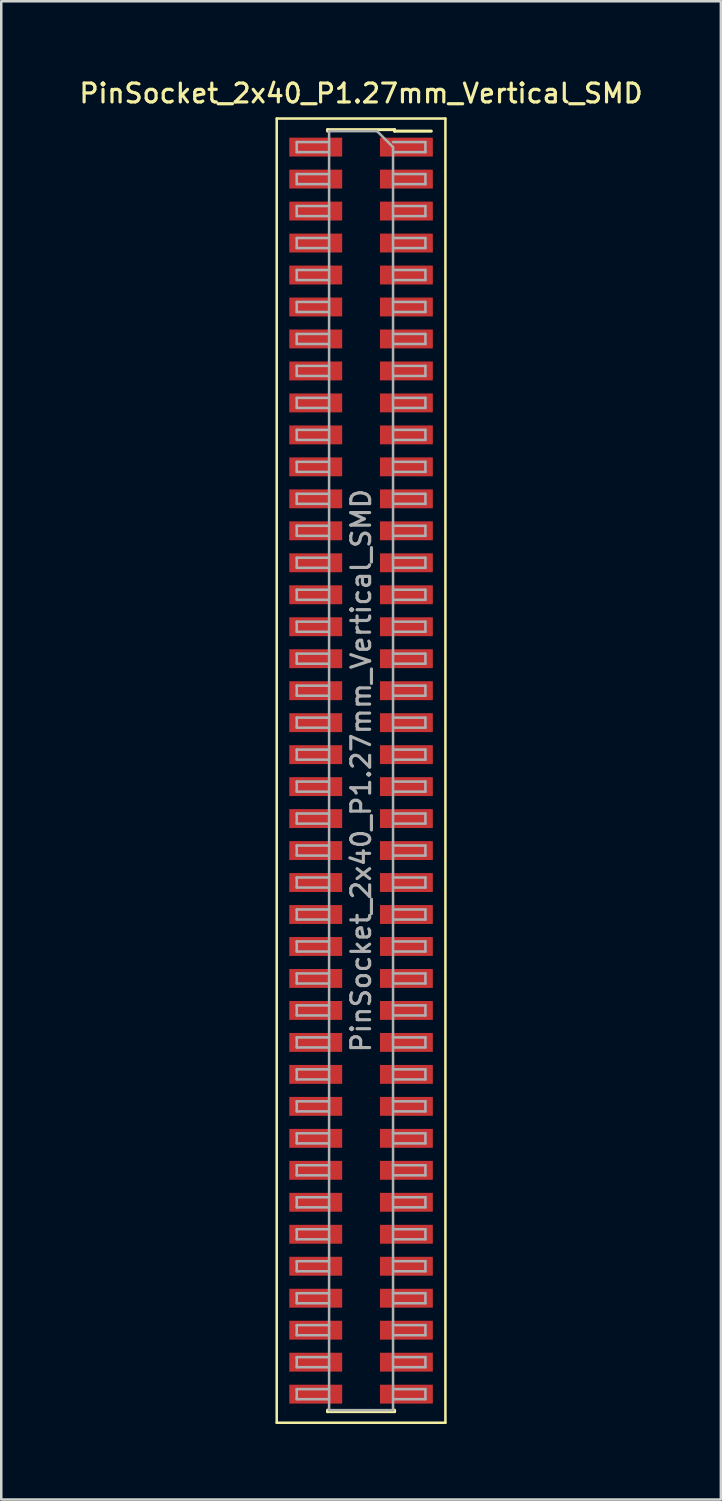
<source format=kicad_pcb>
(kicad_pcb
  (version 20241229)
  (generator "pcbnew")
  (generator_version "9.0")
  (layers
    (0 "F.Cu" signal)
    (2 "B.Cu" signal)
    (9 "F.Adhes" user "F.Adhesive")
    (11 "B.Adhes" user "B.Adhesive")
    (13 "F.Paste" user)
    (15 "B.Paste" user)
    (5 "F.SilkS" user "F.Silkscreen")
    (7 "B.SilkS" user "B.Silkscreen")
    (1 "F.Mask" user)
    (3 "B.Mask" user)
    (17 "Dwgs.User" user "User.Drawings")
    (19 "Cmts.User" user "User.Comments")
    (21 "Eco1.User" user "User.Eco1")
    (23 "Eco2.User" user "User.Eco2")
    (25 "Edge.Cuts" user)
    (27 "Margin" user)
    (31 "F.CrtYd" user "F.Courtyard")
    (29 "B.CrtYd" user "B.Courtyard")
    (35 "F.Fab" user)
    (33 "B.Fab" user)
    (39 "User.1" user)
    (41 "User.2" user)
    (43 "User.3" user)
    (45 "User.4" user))
  (footprint "PinSocket_2x40_P1.27mm_Vertical_SMD"
    (layer "F.Cu")
    (at 11.291 27.558)
    (property "Reference" "PinSocket_2x40_P1.27mm_Vertical_SMD" (at 0 -26.9 0) (layer "F.SilkS") (effects (font (size 0.75 0.75) (thickness 0.125))))
    (attr smd)
    (fp_line (start -3.35 -25.9) (end 3.35 -25.9) (stroke (width 0.1) (type solid)) (layer "F.SilkS"))
    (fp_line (start -3.35 25.9) (end -3.35 -25.9) (stroke (width 0.1) (type solid)) (layer "F.SilkS"))
    (fp_line (start -1.33 -25.46) (end -1.33 -25.4) (stroke (width 0.12) (type solid)) (layer "F.SilkS"))
    (fp_line (start -1.33 -25.46) (end 1.33 -25.46) (stroke (width 0.12) (type solid)) (layer "F.SilkS"))
    (fp_line (start -1.33 25.4) (end -1.33 25.46) (stroke (width 0.12) (type solid)) (layer "F.SilkS"))
    (fp_line (start -1.33 25.46) (end 1.33 25.46) (stroke (width 0.12) (type solid)) (layer "F.SilkS"))
    (fp_line (start 1.33 -25.46) (end 1.33 -25.4) (stroke (width 0.12) (type solid)) (layer "F.SilkS"))
    (fp_line (start 1.33 -25.4) (end 2.79 -25.4) (stroke (width 0.12) (type solid)) (layer "F.SilkS"))
    (fp_line (start 1.33 25.4) (end 1.33 25.46) (stroke (width 0.12) (type solid)) (layer "F.SilkS"))
    (fp_line (start 3.35 -25.9) (end 3.35 25.9) (stroke (width 0.1) (type solid)) (layer "F.SilkS"))
    (fp_line (start 3.35 25.9) (end -3.35 25.9) (stroke (width 0.1) (type solid)) (layer "F.SilkS"))
    (fp_line (start -2.555 -24.965) (end -1.27 -24.965) (stroke (width 0.1) (type solid)) (layer "F.Fab"))
    (fp_line (start -2.555 -24.565) (end -2.555 -24.965) (stroke (width 0.1) (type solid)) (layer "F.Fab"))
    (fp_line (start -2.555 -23.695) (end -1.27 -23.695) (stroke (width 0.1) (type solid)) (layer "F.Fab"))
    (fp_line (start -2.555 -23.295) (end -2.555 -23.695) (stroke (width 0.1) (type solid)) (layer "F.Fab"))
    (fp_line (start -2.555 -22.425) (end -1.27 -22.425) (stroke (width 0.1) (type solid)) (layer "F.Fab"))
    (fp_line (start -2.555 -22.025) (end -2.555 -22.425) (stroke (width 0.1) (type solid)) (layer "F.Fab"))
    (fp_line (start -2.555 -21.155) (end -1.27 -21.155) (stroke (width 0.1) (type solid)) (layer "F.Fab"))
    (fp_line (start -2.555 -20.755) (end -2.555 -21.155) (stroke (width 0.1) (type solid)) (layer "F.Fab"))
    (fp_line (start -2.555 -19.885) (end -1.27 -19.885) (stroke (width 0.1) (type solid)) (layer "F.Fab"))
    (fp_line (start -2.555 -19.485) (end -2.555 -19.885) (stroke (width 0.1) (type solid)) (layer "F.Fab"))
    (fp_line (start -2.555 -18.615) (end -1.27 -18.615) (stroke (width 0.1) (type solid)) (layer "F.Fab"))
    (fp_line (start -2.555 -18.215) (end -2.555 -18.615) (stroke (width 0.1) (type solid)) (layer "F.Fab"))
    (fp_line (start -2.555 -17.345) (end -1.27 -17.345) (stroke (width 0.1) (type solid)) (layer "F.Fab"))
    (fp_line (start -2.555 -16.945) (end -2.555 -17.345) (stroke (width 0.1) (type solid)) (layer "F.Fab"))
    (fp_line (start -2.555 -16.075) (end -1.27 -16.075) (stroke (width 0.1) (type solid)) (layer "F.Fab"))
    (fp_line (start -2.555 -15.675) (end -2.555 -16.075) (stroke (width 0.1) (type solid)) (layer "F.Fab"))
    (fp_line (start -2.555 -14.805) (end -1.27 -14.805) (stroke (width 0.1) (type solid)) (layer "F.Fab"))
    (fp_line (start -2.555 -14.405) (end -2.555 -14.805) (stroke (width 0.1) (type solid)) (layer "F.Fab"))
    (fp_line (start -2.555 -13.535) (end -1.27 -13.535) (stroke (width 0.1) (type solid)) (layer "F.Fab"))
    (fp_line (start -2.555 -13.135) (end -2.555 -13.535) (stroke (width 0.1) (type solid)) (layer "F.Fab"))
    (fp_line (start -2.555 -12.265) (end -1.27 -12.265) (stroke (width 0.1) (type solid)) (layer "F.Fab"))
    (fp_line (start -2.555 -11.865) (end -2.555 -12.265) (stroke (width 0.1) (type solid)) (layer "F.Fab"))
    (fp_line (start -2.555 -10.995) (end -1.27 -10.995) (stroke (width 0.1) (type solid)) (layer "F.Fab"))
    (fp_line (start -2.555 -10.595) (end -2.555 -10.995) (stroke (width 0.1) (type solid)) (layer "F.Fab"))
    (fp_line (start -2.555 -9.725) (end -1.27 -9.725) (stroke (width 0.1) (type solid)) (layer "F.Fab"))
    (fp_line (start -2.555 -9.325) (end -2.555 -9.725) (stroke (width 0.1) (type solid)) (layer "F.Fab"))
    (fp_line (start -2.555 -8.455) (end -1.27 -8.455) (stroke (width 0.1) (type solid)) (layer "F.Fab"))
    (fp_line (start -2.555 -8.055) (end -2.555 -8.455) (stroke (width 0.1) (type solid)) (layer "F.Fab"))
    (fp_line (start -2.555 -7.185) (end -1.27 -7.185) (stroke (width 0.1) (type solid)) (layer "F.Fab"))
    (fp_line (start -2.555 -6.785) (end -2.555 -7.185) (stroke (width 0.1) (type solid)) (layer "F.Fab"))
    (fp_line (start -2.555 -5.915) (end -1.27 -5.915) (stroke (width 0.1) (type solid)) (layer "F.Fab"))
    (fp_line (start -2.555 -5.515) (end -2.555 -5.915) (stroke (width 0.1) (type solid)) (layer "F.Fab"))
    (fp_line (start -2.555 -4.645) (end -1.27 -4.645) (stroke (width 0.1) (type solid)) (layer "F.Fab"))
    (fp_line (start -2.555 -4.245) (end -2.555 -4.645) (stroke (width 0.1) (type solid)) (layer "F.Fab"))
    (fp_line (start -2.555 -3.375) (end -1.27 -3.375) (stroke (width 0.1) (type solid)) (layer "F.Fab"))
    (fp_line (start -2.555 -2.975) (end -2.555 -3.375) (stroke (width 0.1) (type solid)) (layer "F.Fab"))
    (fp_line (start -2.555 -2.105) (end -1.27 -2.105) (stroke (width 0.1) (type solid)) (layer "F.Fab"))
    (fp_line (start -2.555 -1.705) (end -2.555 -2.105) (stroke (width 0.1) (type solid)) (layer "F.Fab"))
    (fp_line (start -2.555 -0.835) (end -1.27 -0.835) (stroke (width 0.1) (type solid)) (layer "F.Fab"))
    (fp_line (start -2.555 -0.435) (end -2.555 -0.835) (stroke (width 0.1) (type solid)) (layer "F.Fab"))
    (fp_line (start -2.555 0.435) (end -1.27 0.435) (stroke (width 0.1) (type solid)) (layer "F.Fab"))
    (fp_line (start -2.555 0.835) (end -2.555 0.435) (stroke (width 0.1) (type solid)) (layer "F.Fab"))
    (fp_line (start -2.555 1.705) (end -1.27 1.705) (stroke (width 0.1) (type solid)) (layer "F.Fab"))
    (fp_line (start -2.555 2.105) (end -2.555 1.705) (stroke (width 0.1) (type solid)) (layer "F.Fab"))
    (fp_line (start -2.555 2.975) (end -1.27 2.975) (stroke (width 0.1) (type solid)) (layer "F.Fab"))
    (fp_line (start -2.555 3.375) (end -2.555 2.975) (stroke (width 0.1) (type solid)) (layer "F.Fab"))
    (fp_line (start -2.555 4.245) (end -1.27 4.245) (stroke (width 0.1) (type solid)) (layer "F.Fab"))
    (fp_line (start -2.555 4.645) (end -2.555 4.245) (stroke (width 0.1) (type solid)) (layer "F.Fab"))
    (fp_line (start -2.555 5.515) (end -1.27 5.515) (stroke (width 0.1) (type solid)) (layer "F.Fab"))
    (fp_line (start -2.555 5.915) (end -2.555 5.515) (stroke (width 0.1) (type solid)) (layer "F.Fab"))
    (fp_line (start -2.555 6.785) (end -1.27 6.785) (stroke (width 0.1) (type solid)) (layer "F.Fab"))
    (fp_line (start -2.555 7.185) (end -2.555 6.785) (stroke (width 0.1) (type solid)) (layer "F.Fab"))
    (fp_line (start -2.555 8.055) (end -1.27 8.055) (stroke (width 0.1) (type solid)) (layer "F.Fab"))
    (fp_line (start -2.555 8.455) (end -2.555 8.055) (stroke (width 0.1) (type solid)) (layer "F.Fab"))
    (fp_line (start -2.555 9.325) (end -1.27 9.325) (stroke (width 0.1) (type solid)) (layer "F.Fab"))
    (fp_line (start -2.555 9.725) (end -2.555 9.325) (stroke (width 0.1) (type solid)) (layer "F.Fab"))
    (fp_line (start -2.555 10.595) (end -1.27 10.595) (stroke (width 0.1) (type solid)) (layer "F.Fab"))
    (fp_line (start -2.555 10.995) (end -2.555 10.595) (stroke (width 0.1) (type solid)) (layer "F.Fab"))
    (fp_line (start -2.555 11.865) (end -1.27 11.865) (stroke (width 0.1) (type solid)) (layer "F.Fab"))
    (fp_line (start -2.555 12.265) (end -2.555 11.865) (stroke (width 0.1) (type solid)) (layer "F.Fab"))
    (fp_line (start -2.555 13.135) (end -1.27 13.135) (stroke (width 0.1) (type solid)) (layer "F.Fab"))
    (fp_line (start -2.555 13.535) (end -2.555 13.135) (stroke (width 0.1) (type solid)) (layer "F.Fab"))
    (fp_line (start -2.555 14.405) (end -1.27 14.405) (stroke (width 0.1) (type solid)) (layer "F.Fab"))
    (fp_line (start -2.555 14.805) (end -2.555 14.405) (stroke (width 0.1) (type solid)) (layer "F.Fab"))
    (fp_line (start -2.555 15.675) (end -1.27 15.675) (stroke (width 0.1) (type solid)) (layer "F.Fab"))
    (fp_line (start -2.555 16.075) (end -2.555 15.675) (stroke (width 0.1) (type solid)) (layer "F.Fab"))
    (fp_line (start -2.555 16.945) (end -1.27 16.945) (stroke (width 0.1) (type solid)) (layer "F.Fab"))
    (fp_line (start -2.555 17.345) (end -2.555 16.945) (stroke (width 0.1) (type solid)) (layer "F.Fab"))
    (fp_line (start -2.555 18.215) (end -1.27 18.215) (stroke (width 0.1) (type solid)) (layer "F.Fab"))
    (fp_line (start -2.555 18.615) (end -2.555 18.215) (stroke (width 0.1) (type solid)) (layer "F.Fab"))
    (fp_line (start -2.555 19.485) (end -1.27 19.485) (stroke (width 0.1) (type solid)) (layer "F.Fab"))
    (fp_line (start -2.555 19.885) (end -2.555 19.485) (stroke (width 0.1) (type solid)) (layer "F.Fab"))
    (fp_line (start -2.555 20.755) (end -1.27 20.755) (stroke (width 0.1) (type solid)) (layer "F.Fab"))
    (fp_line (start -2.555 21.155) (end -2.555 20.755) (stroke (width 0.1) (type solid)) (layer "F.Fab"))
    (fp_line (start -2.555 22.025) (end -1.27 22.025) (stroke (width 0.1) (type solid)) (layer "F.Fab"))
    (fp_line (start -2.555 22.425) (end -2.555 22.025) (stroke (width 0.1) (type solid)) (layer "F.Fab"))
    (fp_line (start -2.555 23.295) (end -1.27 23.295) (stroke (width 0.1) (type solid)) (layer "F.Fab"))
    (fp_line (start -2.555 23.695) (end -2.555 23.295) (stroke (width 0.1) (type solid)) (layer "F.Fab"))
    (fp_line (start -2.555 24.565) (end -1.27 24.565) (stroke (width 0.1) (type solid)) (layer "F.Fab"))
    (fp_line (start -2.555 24.965) (end -2.555 24.565) (stroke (width 0.1) (type solid)) (layer "F.Fab"))
    (fp_line (start -1.27 -25.4) (end 0.635 -25.4) (stroke (width 0.1) (type solid)) (layer "F.Fab"))
    (fp_line (start -1.27 -24.565) (end -2.555 -24.565) (stroke (width 0.1) (type solid)) (layer "F.Fab"))
    (fp_line (start -1.27 -23.295) (end -2.555 -23.295) (stroke (width 0.1) (type solid)) (layer "F.Fab"))
    (fp_line (start -1.27 -22.025) (end -2.555 -22.025) (stroke (width 0.1) (type solid)) (layer "F.Fab"))
    (fp_line (start -1.27 -20.755) (end -2.555 -20.755) (stroke (width 0.1) (type solid)) (layer "F.Fab"))
    (fp_line (start -1.27 -19.485) (end -2.555 -19.485) (stroke (width 0.1) (type solid)) (layer "F.Fab"))
    (fp_line (start -1.27 -18.215) (end -2.555 -18.215) (stroke (width 0.1) (type solid)) (layer "F.Fab"))
    (fp_line (start -1.27 -16.945) (end -2.555 -16.945) (stroke (width 0.1) (type solid)) (layer "F.Fab"))
    (fp_line (start -1.27 -15.675) (end -2.555 -15.675) (stroke (width 0.1) (type solid)) (layer "F.Fab"))
    (fp_line (start -1.27 -14.405) (end -2.555 -14.405) (stroke (width 0.1) (type solid)) (layer "F.Fab"))
    (fp_line (start -1.27 -13.135) (end -2.555 -13.135) (stroke (width 0.1) (type solid)) (layer "F.Fab"))
    (fp_line (start -1.27 -11.865) (end -2.555 -11.865) (stroke (width 0.1) (type solid)) (layer "F.Fab"))
    (fp_line (start -1.27 -10.595) (end -2.555 -10.595) (stroke (width 0.1) (type solid)) (layer "F.Fab"))
    (fp_line (start -1.27 -9.325) (end -2.555 -9.325) (stroke (width 0.1) (type solid)) (layer "F.Fab"))
    (fp_line (start -1.27 -8.055) (end -2.555 -8.055) (stroke (width 0.1) (type solid)) (layer "F.Fab"))
    (fp_line (start -1.27 -6.785) (end -2.555 -6.785) (stroke (width 0.1) (type solid)) (layer "F.Fab"))
    (fp_line (start -1.27 -5.515) (end -2.555 -5.515) (stroke (width 0.1) (type solid)) (layer "F.Fab"))
    (fp_line (start -1.27 -4.245) (end -2.555 -4.245) (stroke (width 0.1) (type solid)) (layer "F.Fab"))
    (fp_line (start -1.27 -2.975) (end -2.555 -2.975) (stroke (width 0.1) (type solid)) (layer "F.Fab"))
    (fp_line (start -1.27 -1.705) (end -2.555 -1.705) (stroke (width 0.1) (type solid)) (layer "F.Fab"))
    (fp_line (start -1.27 -0.435) (end -2.555 -0.435) (stroke (width 0.1) (type solid)) (layer "F.Fab"))
    (fp_line (start -1.27 0.835) (end -2.555 0.835) (stroke (width 0.1) (type solid)) (layer "F.Fab"))
    (fp_line (start -1.27 2.105) (end -2.555 2.105) (stroke (width 0.1) (type solid)) (layer "F.Fab"))
    (fp_line (start -1.27 3.375) (end -2.555 3.375) (stroke (width 0.1) (type solid)) (layer "F.Fab"))
    (fp_line (start -1.27 4.645) (end -2.555 4.645) (stroke (width 0.1) (type solid)) (layer "F.Fab"))
    (fp_line (start -1.27 5.915) (end -2.555 5.915) (stroke (width 0.1) (type solid)) (layer "F.Fab"))
    (fp_line (start -1.27 7.185) (end -2.555 7.185) (stroke (width 0.1) (type solid)) (layer "F.Fab"))
    (fp_line (start -1.27 8.455) (end -2.555 8.455) (stroke (width 0.1) (type solid)) (layer "F.Fab"))
    (fp_line (start -1.27 9.725) (end -2.555 9.725) (stroke (width 0.1) (type solid)) (layer "F.Fab"))
    (fp_line (start -1.27 10.995) (end -2.555 10.995) (stroke (width 0.1) (type solid)) (layer "F.Fab"))
    (fp_line (start -1.27 12.265) (end -2.555 12.265) (stroke (width 0.1) (type solid)) (layer "F.Fab"))
    (fp_line (start -1.27 13.535) (end -2.555 13.535) (stroke (width 0.1) (type solid)) (layer "F.Fab"))
    (fp_line (start -1.27 14.805) (end -2.555 14.805) (stroke (width 0.1) (type solid)) (layer "F.Fab"))
    (fp_line (start -1.27 16.075) (end -2.555 16.075) (stroke (width 0.1) (type solid)) (layer "F.Fab"))
    (fp_line (start -1.27 17.345) (end -2.555 17.345) (stroke (width 0.1) (type solid)) (layer "F.Fab"))
    (fp_line (start -1.27 18.615) (end -2.555 18.615) (stroke (width 0.1) (type solid)) (layer "F.Fab"))
    (fp_line (start -1.27 19.885) (end -2.555 19.885) (stroke (width 0.1) (type solid)) (layer "F.Fab"))
    (fp_line (start -1.27 21.155) (end -2.555 21.155) (stroke (width 0.1) (type solid)) (layer "F.Fab"))
    (fp_line (start -1.27 22.425) (end -2.555 22.425) (stroke (width 0.1) (type solid)) (layer "F.Fab"))
    (fp_line (start -1.27 23.695) (end -2.555 23.695) (stroke (width 0.1) (type solid)) (layer "F.Fab"))
    (fp_line (start -1.27 24.965) (end -2.555 24.965) (stroke (width 0.1) (type solid)) (layer "F.Fab"))
    (fp_line (start -1.27 25.4) (end -1.27 -25.4) (stroke (width 0.1) (type solid)) (layer "F.Fab"))
    (fp_line (start 0.635 -25.4) (end 1.27 -24.765) (stroke (width 0.1) (type solid)) (layer "F.Fab"))
    (fp_line (start 1.27 -24.965) (end 2.555 -24.965) (stroke (width 0.1) (type solid)) (layer "F.Fab"))
    (fp_line (start 1.27 -24.765) (end 1.27 25.4) (stroke (width 0.1) (type solid)) (layer "F.Fab"))
    (fp_line (start 1.27 -23.695) (end 2.555 -23.695) (stroke (width 0.1) (type solid)) (layer "F.Fab"))
    (fp_line (start 1.27 -22.425) (end 2.555 -22.425) (stroke (width 0.1) (type solid)) (layer "F.Fab"))
    (fp_line (start 1.27 -21.155) (end 2.555 -21.155) (stroke (width 0.1) (type solid)) (layer "F.Fab"))
    (fp_line (start 1.27 -19.885) (end 2.555 -19.885) (stroke (width 0.1) (type solid)) (layer "F.Fab"))
    (fp_line (start 1.27 -18.615) (end 2.555 -18.615) (stroke (width 0.1) (type solid)) (layer "F.Fab"))
    (fp_line (start 1.27 -17.345) (end 2.555 -17.345) (stroke (width 0.1) (type solid)) (layer "F.Fab"))
    (fp_line (start 1.27 -16.075) (end 2.555 -16.075) (stroke (width 0.1) (type solid)) (layer "F.Fab"))
    (fp_line (start 1.27 -14.805) (end 2.555 -14.805) (stroke (width 0.1) (type solid)) (layer "F.Fab"))
    (fp_line (start 1.27 -13.535) (end 2.555 -13.535) (stroke (width 0.1) (type solid)) (layer "F.Fab"))
    (fp_line (start 1.27 -12.265) (end 2.555 -12.265) (stroke (width 0.1) (type solid)) (layer "F.Fab"))
    (fp_line (start 1.27 -10.995) (end 2.555 -10.995) (stroke (width 0.1) (type solid)) (layer "F.Fab"))
    (fp_line (start 1.27 -9.725) (end 2.555 -9.725) (stroke (width 0.1) (type solid)) (layer "F.Fab"))
    (fp_line (start 1.27 -8.455) (end 2.555 -8.455) (stroke (width 0.1) (type solid)) (layer "F.Fab"))
    (fp_line (start 1.27 -7.185) (end 2.555 -7.185) (stroke (width 0.1) (type solid)) (layer "F.Fab"))
    (fp_line (start 1.27 -5.915) (end 2.555 -5.915) (stroke (width 0.1) (type solid)) (layer "F.Fab"))
    (fp_line (start 1.27 -4.645) (end 2.555 -4.645) (stroke (width 0.1) (type solid)) (layer "F.Fab"))
    (fp_line (start 1.27 -3.375) (end 2.555 -3.375) (stroke (width 0.1) (type solid)) (layer "F.Fab"))
    (fp_line (start 1.27 -2.105) (end 2.555 -2.105) (stroke (width 0.1) (type solid)) (layer "F.Fab"))
    (fp_line (start 1.27 -0.835) (end 2.555 -0.835) (stroke (width 0.1) (type solid)) (layer "F.Fab"))
    (fp_line (start 1.27 0.435) (end 2.555 0.435) (stroke (width 0.1) (type solid)) (layer "F.Fab"))
    (fp_line (start 1.27 1.705) (end 2.555 1.705) (stroke (width 0.1) (type solid)) (layer "F.Fab"))
    (fp_line (start 1.27 2.975) (end 2.555 2.975) (stroke (width 0.1) (type solid)) (layer "F.Fab"))
    (fp_line (start 1.27 4.245) (end 2.555 4.245) (stroke (width 0.1) (type solid)) (layer "F.Fab"))
    (fp_line (start 1.27 5.515) (end 2.555 5.515) (stroke (width 0.1) (type solid)) (layer "F.Fab"))
    (fp_line (start 1.27 6.785) (end 2.555 6.785) (stroke (width 0.1) (type solid)) (layer "F.Fab"))
    (fp_line (start 1.27 8.055) (end 2.555 8.055) (stroke (width 0.1) (type solid)) (layer "F.Fab"))
    (fp_line (start 1.27 9.325) (end 2.555 9.325) (stroke (width 0.1) (type solid)) (layer "F.Fab"))
    (fp_line (start 1.27 10.595) (end 2.555 10.595) (stroke (width 0.1) (type solid)) (layer "F.Fab"))
    (fp_line (start 1.27 11.865) (end 2.555 11.865) (stroke (width 0.1) (type solid)) (layer "F.Fab"))
    (fp_line (start 1.27 13.135) (end 2.555 13.135) (stroke (width 0.1) (type solid)) (layer "F.Fab"))
    (fp_line (start 1.27 14.405) (end 2.555 14.405) (stroke (width 0.1) (type solid)) (layer "F.Fab"))
    (fp_line (start 1.27 15.675) (end 2.555 15.675) (stroke (width 0.1) (type solid)) (layer "F.Fab"))
    (fp_line (start 1.27 16.945) (end 2.555 16.945) (stroke (width 0.1) (type solid)) (layer "F.Fab"))
    (fp_line (start 1.27 18.215) (end 2.555 18.215) (stroke (width 0.1) (type solid)) (layer "F.Fab"))
    (fp_line (start 1.27 19.485) (end 2.555 19.485) (stroke (width 0.1) (type solid)) (layer "F.Fab"))
    (fp_line (start 1.27 20.755) (end 2.555 20.755) (stroke (width 0.1) (type solid)) (layer "F.Fab"))
    (fp_line (start 1.27 22.025) (end 2.555 22.025) (stroke (width 0.1) (type solid)) (layer "F.Fab"))
    (fp_line (start 1.27 23.295) (end 2.555 23.295) (stroke (width 0.1) (type solid)) (layer "F.Fab"))
    (fp_line (start 1.27 24.565) (end 2.555 24.565) (stroke (width 0.1) (type solid)) (layer "F.Fab"))
    (fp_line (start 1.27 25.4) (end -1.27 25.4) (stroke (width 0.1) (type solid)) (layer "F.Fab"))
    (fp_line (start 2.555 -24.965) (end 2.555 -24.565) (stroke (width 0.1) (type solid)) (layer "F.Fab"))
    (fp_line (start 2.555 -24.565) (end 1.27 -24.565) (stroke (width 0.1) (type solid)) (layer "F.Fab"))
    (fp_line (start 2.555 -23.695) (end 2.555 -23.295) (stroke (width 0.1) (type solid)) (layer "F.Fab"))
    (fp_line (start 2.555 -23.295) (end 1.27 -23.295) (stroke (width 0.1) (type solid)) (layer "F.Fab"))
    (fp_line (start 2.555 -22.425) (end 2.555 -22.025) (stroke (width 0.1) (type solid)) (layer "F.Fab"))
    (fp_line (start 2.555 -22.025) (end 1.27 -22.025) (stroke (width 0.1) (type solid)) (layer "F.Fab"))
    (fp_line (start 2.555 -21.155) (end 2.555 -20.755) (stroke (width 0.1) (type solid)) (layer "F.Fab"))
    (fp_line (start 2.555 -20.755) (end 1.27 -20.755) (stroke (width 0.1) (type solid)) (layer "F.Fab"))
    (fp_line (start 2.555 -19.885) (end 2.555 -19.485) (stroke (width 0.1) (type solid)) (layer "F.Fab"))
    (fp_line (start 2.555 -19.485) (end 1.27 -19.485) (stroke (width 0.1) (type solid)) (layer "F.Fab"))
    (fp_line (start 2.555 -18.615) (end 2.555 -18.215) (stroke (width 0.1) (type solid)) (layer "F.Fab"))
    (fp_line (start 2.555 -18.215) (end 1.27 -18.215) (stroke (width 0.1) (type solid)) (layer "F.Fab"))
    (fp_line (start 2.555 -17.345) (end 2.555 -16.945) (stroke (width 0.1) (type solid)) (layer "F.Fab"))
    (fp_line (start 2.555 -16.945) (end 1.27 -16.945) (stroke (width 0.1) (type solid)) (layer "F.Fab"))
    (fp_line (start 2.555 -16.075) (end 2.555 -15.675) (stroke (width 0.1) (type solid)) (layer "F.Fab"))
    (fp_line (start 2.555 -15.675) (end 1.27 -15.675) (stroke (width 0.1) (type solid)) (layer "F.Fab"))
    (fp_line (start 2.555 -14.805) (end 2.555 -14.405) (stroke (width 0.1) (type solid)) (layer "F.Fab"))
    (fp_line (start 2.555 -14.405) (end 1.27 -14.405) (stroke (width 0.1) (type solid)) (layer "F.Fab"))
    (fp_line (start 2.555 -13.535) (end 2.555 -13.135) (stroke (width 0.1) (type solid)) (layer "F.Fab"))
    (fp_line (start 2.555 -13.135) (end 1.27 -13.135) (stroke (width 0.1) (type solid)) (layer "F.Fab"))
    (fp_line (start 2.555 -12.265) (end 2.555 -11.865) (stroke (width 0.1) (type solid)) (layer "F.Fab"))
    (fp_line (start 2.555 -11.865) (end 1.27 -11.865) (stroke (width 0.1) (type solid)) (layer "F.Fab"))
    (fp_line (start 2.555 -10.995) (end 2.555 -10.595) (stroke (width 0.1) (type solid)) (layer "F.Fab"))
    (fp_line (start 2.555 -10.595) (end 1.27 -10.595) (stroke (width 0.1) (type solid)) (layer "F.Fab"))
    (fp_line (start 2.555 -9.725) (end 2.555 -9.325) (stroke (width 0.1) (type solid)) (layer "F.Fab"))
    (fp_line (start 2.555 -9.325) (end 1.27 -9.325) (stroke (width 0.1) (type solid)) (layer "F.Fab"))
    (fp_line (start 2.555 -8.455) (end 2.555 -8.055) (stroke (width 0.1) (type solid)) (layer "F.Fab"))
    (fp_line (start 2.555 -8.055) (end 1.27 -8.055) (stroke (width 0.1) (type solid)) (layer "F.Fab"))
    (fp_line (start 2.555 -7.185) (end 2.555 -6.785) (stroke (width 0.1) (type solid)) (layer "F.Fab"))
    (fp_line (start 2.555 -6.785) (end 1.27 -6.785) (stroke (width 0.1) (type solid)) (layer "F.Fab"))
    (fp_line (start 2.555 -5.915) (end 2.555 -5.515) (stroke (width 0.1) (type solid)) (layer "F.Fab"))
    (fp_line (start 2.555 -5.515) (end 1.27 -5.515) (stroke (width 0.1) (type solid)) (layer "F.Fab"))
    (fp_line (start 2.555 -4.645) (end 2.555 -4.245) (stroke (width 0.1) (type solid)) (layer "F.Fab"))
    (fp_line (start 2.555 -4.245) (end 1.27 -4.245) (stroke (width 0.1) (type solid)) (layer "F.Fab"))
    (fp_line (start 2.555 -3.375) (end 2.555 -2.975) (stroke (width 0.1) (type solid)) (layer "F.Fab"))
    (fp_line (start 2.555 -2.975) (end 1.27 -2.975) (stroke (width 0.1) (type solid)) (layer "F.Fab"))
    (fp_line (start 2.555 -2.105) (end 2.555 -1.705) (stroke (width 0.1) (type solid)) (layer "F.Fab"))
    (fp_line (start 2.555 -1.705) (end 1.27 -1.705) (stroke (width 0.1) (type solid)) (layer "F.Fab"))
    (fp_line (start 2.555 -0.835) (end 2.555 -0.435) (stroke (width 0.1) (type solid)) (layer "F.Fab"))
    (fp_line (start 2.555 -0.435) (end 1.27 -0.435) (stroke (width 0.1) (type solid)) (layer "F.Fab"))
    (fp_line (start 2.555 0.435) (end 2.555 0.835) (stroke (width 0.1) (type solid)) (layer "F.Fab"))
    (fp_line (start 2.555 0.835) (end 1.27 0.835) (stroke (width 0.1) (type solid)) (layer "F.Fab"))
    (fp_line (start 2.555 1.705) (end 2.555 2.105) (stroke (width 0.1) (type solid)) (layer "F.Fab"))
    (fp_line (start 2.555 2.105) (end 1.27 2.105) (stroke (width 0.1) (type solid)) (layer "F.Fab"))
    (fp_line (start 2.555 2.975) (end 2.555 3.375) (stroke (width 0.1) (type solid)) (layer "F.Fab"))
    (fp_line (start 2.555 3.375) (end 1.27 3.375) (stroke (width 0.1) (type solid)) (layer "F.Fab"))
    (fp_line (start 2.555 4.245) (end 2.555 4.645) (stroke (width 0.1) (type solid)) (layer "F.Fab"))
    (fp_line (start 2.555 4.645) (end 1.27 4.645) (stroke (width 0.1) (type solid)) (layer "F.Fab"))
    (fp_line (start 2.555 5.515) (end 2.555 5.915) (stroke (width 0.1) (type solid)) (layer "F.Fab"))
    (fp_line (start 2.555 5.915) (end 1.27 5.915) (stroke (width 0.1) (type solid)) (layer "F.Fab"))
    (fp_line (start 2.555 6.785) (end 2.555 7.185) (stroke (width 0.1) (type solid)) (layer "F.Fab"))
    (fp_line (start 2.555 7.185) (end 1.27 7.185) (stroke (width 0.1) (type solid)) (layer "F.Fab"))
    (fp_line (start 2.555 8.055) (end 2.555 8.455) (stroke (width 0.1) (type solid)) (layer "F.Fab"))
    (fp_line (start 2.555 8.455) (end 1.27 8.455) (stroke (width 0.1) (type solid)) (layer "F.Fab"))
    (fp_line (start 2.555 9.325) (end 2.555 9.725) (stroke (width 0.1) (type solid)) (layer "F.Fab"))
    (fp_line (start 2.555 9.725) (end 1.27 9.725) (stroke (width 0.1) (type solid)) (layer "F.Fab"))
    (fp_line (start 2.555 10.595) (end 2.555 10.995) (stroke (width 0.1) (type solid)) (layer "F.Fab"))
    (fp_line (start 2.555 10.995) (end 1.27 10.995) (stroke (width 0.1) (type solid)) (layer "F.Fab"))
    (fp_line (start 2.555 11.865) (end 2.555 12.265) (stroke (width 0.1) (type solid)) (layer "F.Fab"))
    (fp_line (start 2.555 12.265) (end 1.27 12.265) (stroke (width 0.1) (type solid)) (layer "F.Fab"))
    (fp_line (start 2.555 13.135) (end 2.555 13.535) (stroke (width 0.1) (type solid)) (layer "F.Fab"))
    (fp_line (start 2.555 13.535) (end 1.27 13.535) (stroke (width 0.1) (type solid)) (layer "F.Fab"))
    (fp_line (start 2.555 14.405) (end 2.555 14.805) (stroke (width 0.1) (type solid)) (layer "F.Fab"))
    (fp_line (start 2.555 14.805) (end 1.27 14.805) (stroke (width 0.1) (type solid)) (layer "F.Fab"))
    (fp_line (start 2.555 15.675) (end 2.555 16.075) (stroke (width 0.1) (type solid)) (layer "F.Fab"))
    (fp_line (start 2.555 16.075) (end 1.27 16.075) (stroke (width 0.1) (type solid)) (layer "F.Fab"))
    (fp_line (start 2.555 16.945) (end 2.555 17.345) (stroke (width 0.1) (type solid)) (layer "F.Fab"))
    (fp_line (start 2.555 17.345) (end 1.27 17.345) (stroke (width 0.1) (type solid)) (layer "F.Fab"))
    (fp_line (start 2.555 18.215) (end 2.555 18.615) (stroke (width 0.1) (type solid)) (layer "F.Fab"))
    (fp_line (start 2.555 18.615) (end 1.27 18.615) (stroke (width 0.1) (type solid)) (layer "F.Fab"))
    (fp_line (start 2.555 19.485) (end 2.555 19.885) (stroke (width 0.1) (type solid)) (layer "F.Fab"))
    (fp_line (start 2.555 19.885) (end 1.27 19.885) (stroke (width 0.1) (type solid)) (layer "F.Fab"))
    (fp_line (start 2.555 20.755) (end 2.555 21.155) (stroke (width 0.1) (type solid)) (layer "F.Fab"))
    (fp_line (start 2.555 21.155) (end 1.27 21.155) (stroke (width 0.1) (type solid)) (layer "F.Fab"))
    (fp_line (start 2.555 22.025) (end 2.555 22.425) (stroke (width 0.1) (type solid)) (layer "F.Fab"))
    (fp_line (start 2.555 22.425) (end 1.27 22.425) (stroke (width 0.1) (type solid)) (layer "F.Fab"))
    (fp_line (start 2.555 23.295) (end 2.555 23.695) (stroke (width 0.1) (type solid)) (layer "F.Fab"))
    (fp_line (start 2.555 23.695) (end 1.27 23.695) (stroke (width 0.1) (type solid)) (layer "F.Fab"))
    (fp_line (start 2.555 24.565) (end 2.555 24.965) (stroke (width 0.1) (type solid)) (layer "F.Fab"))
    (fp_line (start 2.555 24.965) (end 1.27 24.965) (stroke (width 0.1) (type solid)) (layer "F.Fab"))
    (fp_text user "${REFERENCE}" (at 0 0 90) (layer "F.Fab") (effects (font (size 0.75 0.75) (thickness 0.125))))
    (pad "1" smd rect (at 1.8 -24.765) (size 2.1 0.75) (layers "F.Cu" "F.Mask" "F.Paste"))
    (pad "2" smd rect (at -1.8 -24.765) (size 2.1 0.75) (layers "F.Cu" "F.Mask" "F.Paste"))
    (pad "3" smd rect (at 1.8 -23.495) (size 2.1 0.75) (layers "F.Cu" "F.Mask" "F.Paste"))
    (pad "4" smd rect (at -1.8 -23.495) (size 2.1 0.75) (layers "F.Cu" "F.Mask" "F.Paste"))
    (pad "5" smd rect (at 1.8 -22.225) (size 2.1 0.75) (layers "F.Cu" "F.Mask" "F.Paste"))
    (pad "6" smd rect (at -1.8 -22.225) (size 2.1 0.75) (layers "F.Cu" "F.Mask" "F.Paste"))
    (pad "7" smd rect (at 1.8 -20.955) (size 2.1 0.75) (layers "F.Cu" "F.Mask" "F.Paste"))
    (pad "8" smd rect (at -1.8 -20.955) (size 2.1 0.75) (layers "F.Cu" "F.Mask" "F.Paste"))
    (pad "9" smd rect (at 1.8 -19.685) (size 2.1 0.75) (layers "F.Cu" "F.Mask" "F.Paste"))
    (pad "10" smd rect (at -1.8 -19.685) (size 2.1 0.75) (layers "F.Cu" "F.Mask" "F.Paste"))
    (pad "11" smd rect (at 1.8 -18.415) (size 2.1 0.75) (layers "F.Cu" "F.Mask" "F.Paste"))
    (pad "12" smd rect (at -1.8 -18.415) (size 2.1 0.75) (layers "F.Cu" "F.Mask" "F.Paste"))
    (pad "13" smd rect (at 1.8 -17.145) (size 2.1 0.75) (layers "F.Cu" "F.Mask" "F.Paste"))
    (pad "14" smd rect (at -1.8 -17.145) (size 2.1 0.75) (layers "F.Cu" "F.Mask" "F.Paste"))
    (pad "15" smd rect (at 1.8 -15.875) (size 2.1 0.75) (layers "F.Cu" "F.Mask" "F.Paste"))
    (pad "16" smd rect (at -1.8 -15.875) (size 2.1 0.75) (layers "F.Cu" "F.Mask" "F.Paste"))
    (pad "17" smd rect (at 1.8 -14.605) (size 2.1 0.75) (layers "F.Cu" "F.Mask" "F.Paste"))
    (pad "18" smd rect (at -1.8 -14.605) (size 2.1 0.75) (layers "F.Cu" "F.Mask" "F.Paste"))
    (pad "19" smd rect (at 1.8 -13.335) (size 2.1 0.75) (layers "F.Cu" "F.Mask" "F.Paste"))
    (pad "20" smd rect (at -1.8 -13.335) (size 2.1 0.75) (layers "F.Cu" "F.Mask" "F.Paste"))
    (pad "21" smd rect (at 1.8 -12.065) (size 2.1 0.75) (layers "F.Cu" "F.Mask" "F.Paste"))
    (pad "22" smd rect (at -1.8 -12.065) (size 2.1 0.75) (layers "F.Cu" "F.Mask" "F.Paste"))
    (pad "23" smd rect (at 1.8 -10.795) (size 2.1 0.75) (layers "F.Cu" "F.Mask" "F.Paste"))
    (pad "24" smd rect (at -1.8 -10.795) (size 2.1 0.75) (layers "F.Cu" "F.Mask" "F.Paste"))
    (pad "25" smd rect (at 1.8 -9.525) (size 2.1 0.75) (layers "F.Cu" "F.Mask" "F.Paste"))
    (pad "26" smd rect (at -1.8 -9.525) (size 2.1 0.75) (layers "F.Cu" "F.Mask" "F.Paste"))
    (pad "27" smd rect (at 1.8 -8.255) (size 2.1 0.75) (layers "F.Cu" "F.Mask" "F.Paste"))
    (pad "28" smd rect (at -1.8 -8.255) (size 2.1 0.75) (layers "F.Cu" "F.Mask" "F.Paste"))
    (pad "29" smd rect (at 1.8 -6.985) (size 2.1 0.75) (layers "F.Cu" "F.Mask" "F.Paste"))
    (pad "30" smd rect (at -1.8 -6.985) (size 2.1 0.75) (layers "F.Cu" "F.Mask" "F.Paste"))
    (pad "31" smd rect (at 1.8 -5.715) (size 2.1 0.75) (layers "F.Cu" "F.Mask" "F.Paste"))
    (pad "32" smd rect (at -1.8 -5.715) (size 2.1 0.75) (layers "F.Cu" "F.Mask" "F.Paste"))
    (pad "33" smd rect (at 1.8 -4.445) (size 2.1 0.75) (layers "F.Cu" "F.Mask" "F.Paste"))
    (pad "34" smd rect (at -1.8 -4.445) (size 2.1 0.75) (layers "F.Cu" "F.Mask" "F.Paste"))
    (pad "35" smd rect (at 1.8 -3.175) (size 2.1 0.75) (layers "F.Cu" "F.Mask" "F.Paste"))
    (pad "36" smd rect (at -1.8 -3.175) (size 2.1 0.75) (layers "F.Cu" "F.Mask" "F.Paste"))
    (pad "37" smd rect (at 1.8 -1.905) (size 2.1 0.75) (layers "F.Cu" "F.Mask" "F.Paste"))
    (pad "38" smd rect (at -1.8 -1.905) (size 2.1 0.75) (layers "F.Cu" "F.Mask" "F.Paste"))
    (pad "39" smd rect (at 1.8 -0.635) (size 2.1 0.75) (layers "F.Cu" "F.Mask" "F.Paste"))
    (pad "40" smd rect (at -1.8 -0.635) (size 2.1 0.75) (layers "F.Cu" "F.Mask" "F.Paste"))
    (pad "41" smd rect (at 1.8 0.635) (size 2.1 0.75) (layers "F.Cu" "F.Mask" "F.Paste"))
    (pad "42" smd rect (at -1.8 0.635) (size 2.1 0.75) (layers "F.Cu" "F.Mask" "F.Paste"))
    (pad "43" smd rect (at 1.8 1.905) (size 2.1 0.75) (layers "F.Cu" "F.Mask" "F.Paste"))
    (pad "44" smd rect (at -1.8 1.905) (size 2.1 0.75) (layers "F.Cu" "F.Mask" "F.Paste"))
    (pad "45" smd rect (at 1.8 3.175) (size 2.1 0.75) (layers "F.Cu" "F.Mask" "F.Paste"))
    (pad "46" smd rect (at -1.8 3.175) (size 2.1 0.75) (layers "F.Cu" "F.Mask" "F.Paste"))
    (pad "47" smd rect (at 1.8 4.445) (size 2.1 0.75) (layers "F.Cu" "F.Mask" "F.Paste"))
    (pad "48" smd rect (at -1.8 4.445) (size 2.1 0.75) (layers "F.Cu" "F.Mask" "F.Paste"))
    (pad "49" smd rect (at 1.8 5.715) (size 2.1 0.75) (layers "F.Cu" "F.Mask" "F.Paste"))
    (pad "50" smd rect (at -1.8 5.715) (size 2.1 0.75) (layers "F.Cu" "F.Mask" "F.Paste"))
    (pad "51" smd rect (at 1.8 6.985) (size 2.1 0.75) (layers "F.Cu" "F.Mask" "F.Paste"))
    (pad "52" smd rect (at -1.8 6.985) (size 2.1 0.75) (layers "F.Cu" "F.Mask" "F.Paste"))
    (pad "53" smd rect (at 1.8 8.255) (size 2.1 0.75) (layers "F.Cu" "F.Mask" "F.Paste"))
    (pad "54" smd rect (at -1.8 8.255) (size 2.1 0.75) (layers "F.Cu" "F.Mask" "F.Paste"))
    (pad "55" smd rect (at 1.8 9.525) (size 2.1 0.75) (layers "F.Cu" "F.Mask" "F.Paste"))
    (pad "56" smd rect (at -1.8 9.525) (size 2.1 0.75) (layers "F.Cu" "F.Mask" "F.Paste"))
    (pad "57" smd rect (at 1.8 10.795) (size 2.1 0.75) (layers "F.Cu" "F.Mask" "F.Paste"))
    (pad "58" smd rect (at -1.8 10.795) (size 2.1 0.75) (layers "F.Cu" "F.Mask" "F.Paste"))
    (pad "59" smd rect (at 1.8 12.065) (size 2.1 0.75) (layers "F.Cu" "F.Mask" "F.Paste"))
    (pad "60" smd rect (at -1.8 12.065) (size 2.1 0.75) (layers "F.Cu" "F.Mask" "F.Paste"))
    (pad "61" smd rect (at 1.8 13.335) (size 2.1 0.75) (layers "F.Cu" "F.Mask" "F.Paste"))
    (pad "62" smd rect (at -1.8 13.335) (size 2.1 0.75) (layers "F.Cu" "F.Mask" "F.Paste"))
    (pad "63" smd rect (at 1.8 14.605) (size 2.1 0.75) (layers "F.Cu" "F.Mask" "F.Paste"))
    (pad "64" smd rect (at -1.8 14.605) (size 2.1 0.75) (layers "F.Cu" "F.Mask" "F.Paste"))
    (pad "65" smd rect (at 1.8 15.875) (size 2.1 0.75) (layers "F.Cu" "F.Mask" "F.Paste"))
    (pad "66" smd rect (at -1.8 15.875) (size 2.1 0.75) (layers "F.Cu" "F.Mask" "F.Paste"))
    (pad "67" smd rect (at 1.8 17.145) (size 2.1 0.75) (layers "F.Cu" "F.Mask" "F.Paste"))
    (pad "68" smd rect (at -1.8 17.145) (size 2.1 0.75) (layers "F.Cu" "F.Mask" "F.Paste"))
    (pad "69" smd rect (at 1.8 18.415) (size 2.1 0.75) (layers "F.Cu" "F.Mask" "F.Paste"))
    (pad "70" smd rect (at -1.8 18.415) (size 2.1 0.75) (layers "F.Cu" "F.Mask" "F.Paste"))
    (pad "71" smd rect (at 1.8 19.685) (size 2.1 0.75) (layers "F.Cu" "F.Mask" "F.Paste"))
    (pad "72" smd rect (at -1.8 19.685) (size 2.1 0.75) (layers "F.Cu" "F.Mask" "F.Paste"))
    (pad "73" smd rect (at 1.8 20.955) (size 2.1 0.75) (layers "F.Cu" "F.Mask" "F.Paste"))
    (pad "74" smd rect (at -1.8 20.955) (size 2.1 0.75) (layers "F.Cu" "F.Mask" "F.Paste"))
    (pad "75" smd rect (at 1.8 22.225) (size 2.1 0.75) (layers "F.Cu" "F.Mask" "F.Paste"))
    (pad "76" smd rect (at -1.8 22.225) (size 2.1 0.75) (layers "F.Cu" "F.Mask" "F.Paste"))
    (pad "77" smd rect (at 1.8 23.495) (size 2.1 0.75) (layers "F.Cu" "F.Mask" "F.Paste"))
    (pad "78" smd rect (at -1.8 23.495) (size 2.1 0.75) (layers "F.Cu" "F.Mask" "F.Paste"))
    (pad "79" smd rect (at 1.8 24.765) (size 2.1 0.75) (layers "F.Cu" "F.Mask" "F.Paste"))
    (pad "80" smd rect (at -1.8 24.765) (size 2.1 0.75) (layers "F.Cu" "F.Mask" "F.Paste")))
  (gr_rect
    (start -3 -3)
    (end 25.582 56.508)
    (stroke (width 0.1) (type default))
    (fill no)
    (layer "Edge.Cuts")))
</source>
